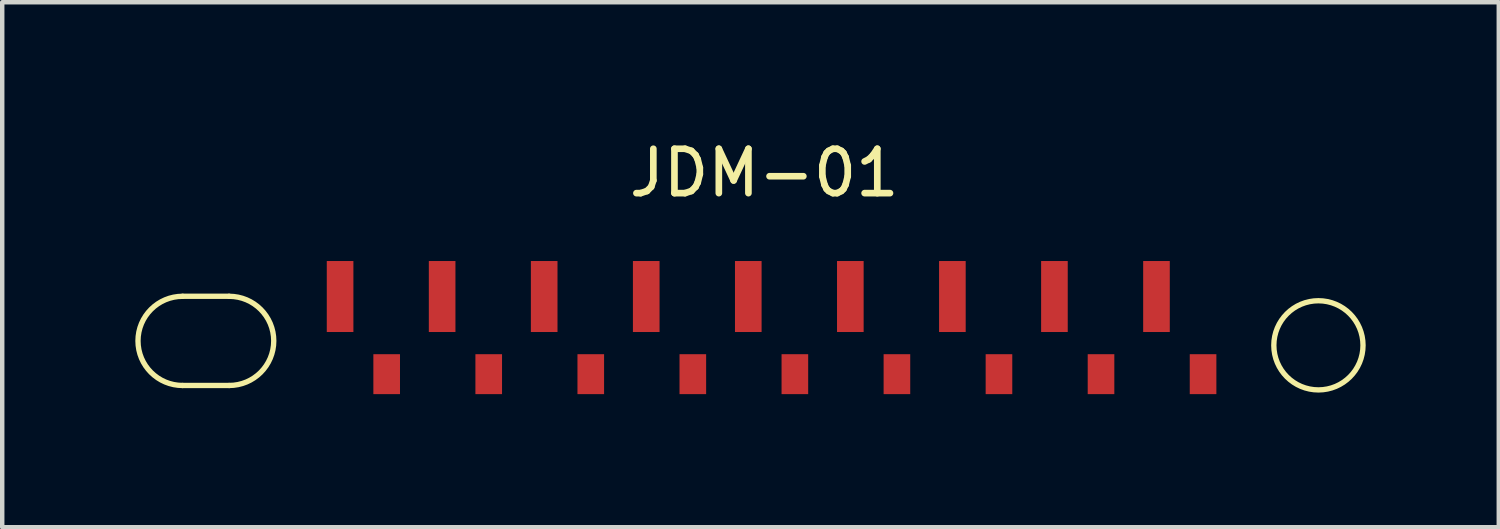
<source format=kicad_pcb>
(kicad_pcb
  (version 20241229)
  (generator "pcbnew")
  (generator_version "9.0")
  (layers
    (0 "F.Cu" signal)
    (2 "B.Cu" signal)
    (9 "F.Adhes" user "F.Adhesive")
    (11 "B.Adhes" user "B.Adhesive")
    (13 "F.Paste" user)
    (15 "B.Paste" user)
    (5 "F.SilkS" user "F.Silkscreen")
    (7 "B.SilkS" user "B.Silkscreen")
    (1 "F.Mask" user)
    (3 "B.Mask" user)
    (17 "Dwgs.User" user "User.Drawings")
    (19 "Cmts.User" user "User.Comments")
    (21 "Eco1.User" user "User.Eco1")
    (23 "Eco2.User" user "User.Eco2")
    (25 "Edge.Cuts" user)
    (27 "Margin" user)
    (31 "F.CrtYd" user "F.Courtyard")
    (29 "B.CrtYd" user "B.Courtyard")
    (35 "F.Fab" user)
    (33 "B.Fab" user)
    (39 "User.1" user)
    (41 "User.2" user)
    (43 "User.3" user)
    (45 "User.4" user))
  (footprint "JDM-01"
    (layer "F.Cu")
    (at 14.115 3.758)
    (property "Reference" "JDM-01" (at 0.06 -2.91 0) (layer "F.SilkS") (effects (font (size 1 1) (thickness 0.15))))
    (attr through_hole)
    (fp_line (start -12 -0.13) (end -13.05 -0.13) (stroke (width 0.12) (type solid)) (layer "F.SilkS"))
    (fp_line (start -12 1.88) (end -13.05 1.88) (stroke (width 0.12) (type solid)) (layer "F.SilkS"))
    (fp_arc (start -13.05 1.88) (mid -14.055 0.875) (end -13.05 -0.13) (stroke (width 0.12) (type solid)) (layer "F.SilkS"))
    (fp_arc (start -12 -0.13) (mid -10.995 0.875) (end -12 1.88) (stroke (width 0.12) (type solid)) (layer "F.SilkS"))
    (fp_circle (center 12.55 0.975) (end 13.555 0.975) (stroke (width 0.12) (type solid)) (fill no) (layer "F.SilkS"))
    (pad "1" smd rect (at -9.5 -0.125) (size 0.6 1.6) (layers "F.Cu" "F.Mask" "F.Paste"))
    (pad "2" smd rect (at -8.45 1.625) (size 0.6 0.9) (layers "F.Cu" "F.Mask" "F.Paste"))
    (pad "3" smd rect (at -7.2 -0.125 180) (size 0.6 1.6) (layers "F.Cu" "F.Mask" "F.Paste"))
    (pad "4" smd rect (at -6.15 1.625) (size 0.6 0.9) (layers "F.Cu" "F.Mask" "F.Paste"))
    (pad "5" smd rect (at -4.9 -0.125) (size 0.6 1.6) (layers "F.Cu" "F.Mask" "F.Paste"))
    (pad "6" smd rect (at -3.85 1.625) (size 0.6 0.9) (layers "F.Cu" "F.Mask" "F.Paste"))
    (pad "7" smd rect (at -2.6 -0.125) (size 0.6 1.6) (layers "F.Cu" "F.Mask" "F.Paste"))
    (pad "8" smd rect (at -1.55 1.625) (size 0.6 0.9) (layers "F.Cu" "F.Mask" "F.Paste"))
    (pad "9" smd rect (at -0.3 -0.125) (size 0.6 1.6) (layers "F.Cu" "F.Mask" "F.Paste"))
    (pad "10" smd rect (at 0.75 1.625 180) (size 0.6 0.9) (layers "F.Cu" "F.Mask" "F.Paste"))
    (pad "11" smd rect (at 2 -0.125) (size 0.6 1.6) (layers "F.Cu" "F.Mask" "F.Paste"))
    (pad "12" smd rect (at 3.05 1.625) (size 0.6 0.9) (layers "F.Cu" "F.Mask" "F.Paste"))
    (pad "13" smd rect (at 4.3 -0.125) (size 0.6 1.6) (layers "F.Cu" "F.Mask" "F.Paste"))
    (pad "14" smd rect (at 5.35 1.625) (size 0.6 0.9) (layers "F.Cu" "F.Mask" "F.Paste"))
    (pad "15" smd rect (at 6.6 -0.125) (size 0.6 1.6) (layers "F.Cu" "F.Mask" "F.Paste"))
    (pad "16" smd rect (at 7.65 1.625) (size 0.6 0.9) (layers "F.Cu" "F.Mask" "F.Paste"))
    (pad "17" smd rect (at 8.9 -0.125 180) (size 0.6 1.6) (layers "F.Cu" "F.Mask" "F.Paste"))
    (pad "18" smd rect (at 9.95 1.625) (size 0.6 0.9) (layers "F.Cu" "F.Mask" "F.Paste")))
  (gr_rect
    (start -3 -3)
    (end 30.73 8.833)
    (stroke (width 0.1) (type default))
    (fill no)
    (layer "Edge.Cuts")))
</source>
